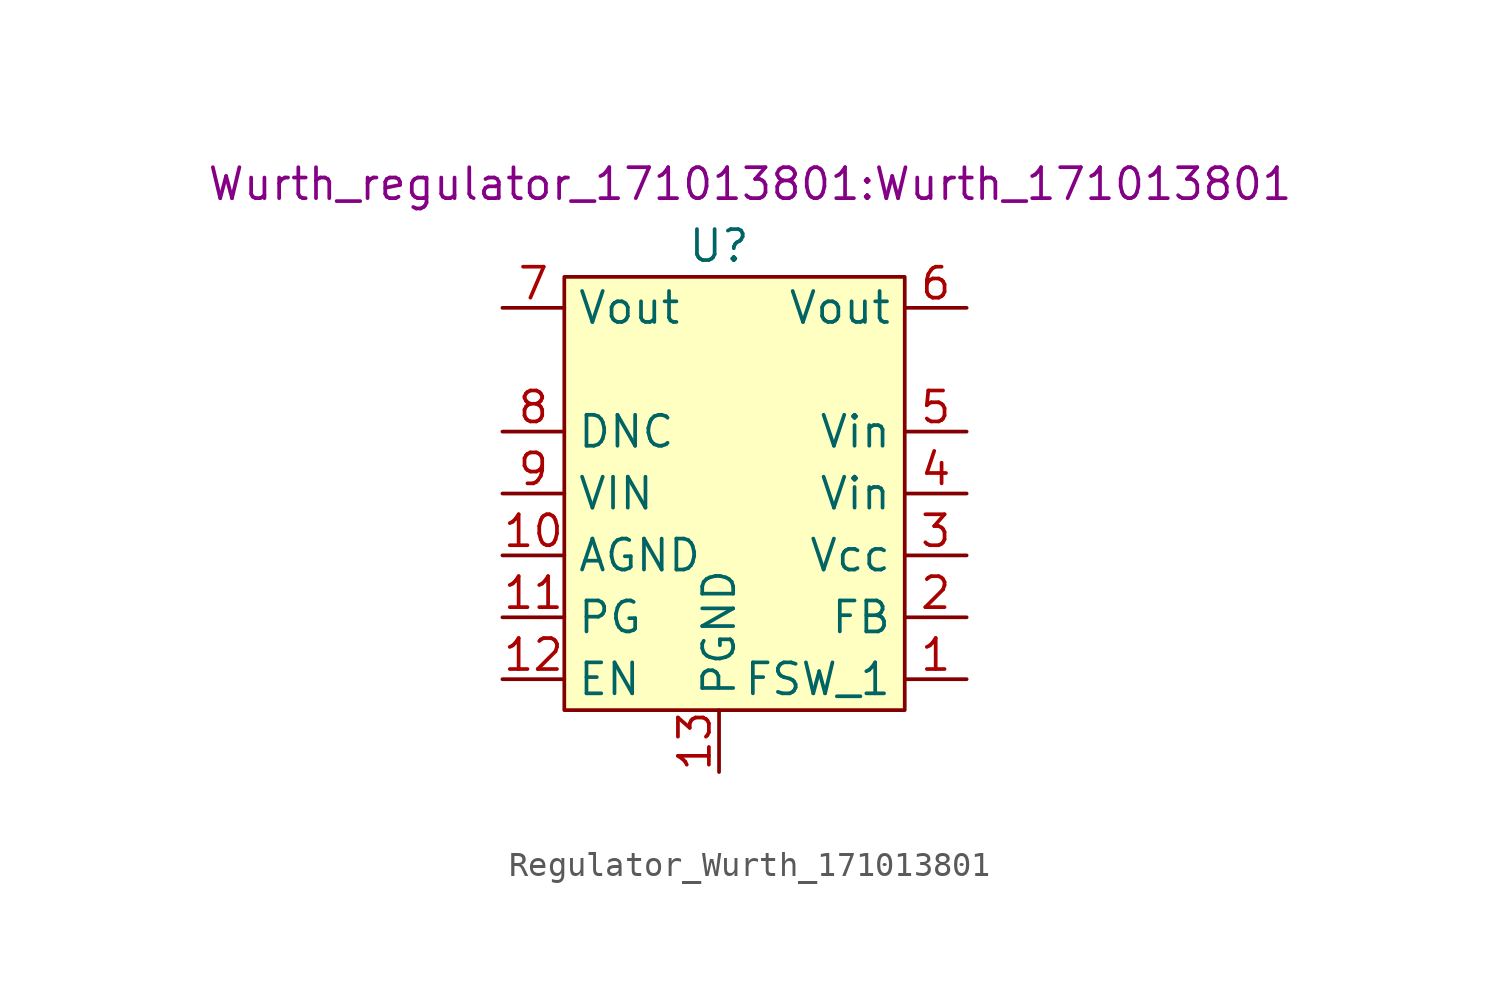
<source format=kicad_sym>
(kicad_symbol_lib
  (version 20220914)
  (generator kicad_symbol_editor)
  (symbol "Regulator_Wurth_171013801"
    (property "Reference" "U"
      (at -1.27 3.81 0)
      (effects (font (size 1.27 1.27))))
    (property "Value" ""
      (at 0 0 0)
      (effects (font (size 1.27 1.27))))
    (property "Footprint" "Wurth_regulator_171013801:Wurth_171013801"
      (at 0 6.35 0)
      (effects (font (size 1.27 1.27))))
    (symbol "Regulator_Wurth_171013801_1_1"
      (rectangle (start -7.62 2.54) (end 6.35 -15.24) (stroke (width 0) (type default)) (fill (type background)))
      (pin input line (at 8.89 -13.97 180) (length 2.54) (name "FSW_1" (effects (font (size 1.27 1.27)))) (number "1" (effects (font (size 1.27 1.27)))))
      (pin power_in line (at -10.16 -8.89 0) (length 2.54) (name "AGND" (effects (font (size 1.27 1.27)))) (number "10" (effects (font (size 1.27 1.27)))))
      (pin output line (at -10.16 -11.43 0) (length 2.54) (name "PG" (effects (font (size 1.27 1.27)))) (number "11" (effects (font (size 1.27 1.27)))))
      (pin input line (at -10.16 -13.97 0) (length 2.54) (name "EN" (effects (font (size 1.27 1.27)))) (number "12" (effects (font (size 1.27 1.27)))))
      (pin power_in line (at -1.27 -17.78 90) (length 2.54) (name "PGND" (effects (font (size 1.27 1.27)))) (number "13" (effects (font (size 1.27 1.27)))))
      (pin input line (at 8.89 -11.43 180) (length 2.54) (name "FB" (effects (font (size 1.27 1.27)))) (number "2" (effects (font (size 1.27 1.27)))))
      (pin power_in line (at 8.89 -8.89 180) (length 2.54) (name "Vcc" (effects (font (size 1.27 1.27)))) (number "3" (effects (font (size 1.27 1.27)))))
      (pin power_in line (at 8.89 -6.35 180) (length 2.54) (name "Vin" (effects (font (size 1.27 1.27)))) (number "4" (effects (font (size 1.27 1.27)))))
      (pin power_in line (at 8.89 -3.81 180) (length 2.54) (name "Vin" (effects (font (size 1.27 1.27)))) (number "5" (effects (font (size 1.27 1.27)))))
      (pin power_out line (at 8.89 1.27 180) (length 2.54) (name "Vout" (effects (font (size 1.27 1.27)))) (number "6" (effects (font (size 1.27 1.27)))))
      (pin power_out line (at -10.16 1.27 0) (length 2.54) (name "Vout" (effects (font (size 1.27 1.27)))) (number "7" (effects (font (size 1.27 1.27)))))
      (pin unspecified line (at -10.16 -3.81 0) (length 2.54) (name "DNC" (effects (font (size 1.27 1.27)))) (number "8" (effects (font (size 1.27 1.27)))))
      (pin power_in line (at -10.16 -6.35 0) (length 2.54) (name "VIN" (effects (font (size 1.27 1.27)))) (number "9" (effects (font (size 1.27 1.27))))))))
</source>
